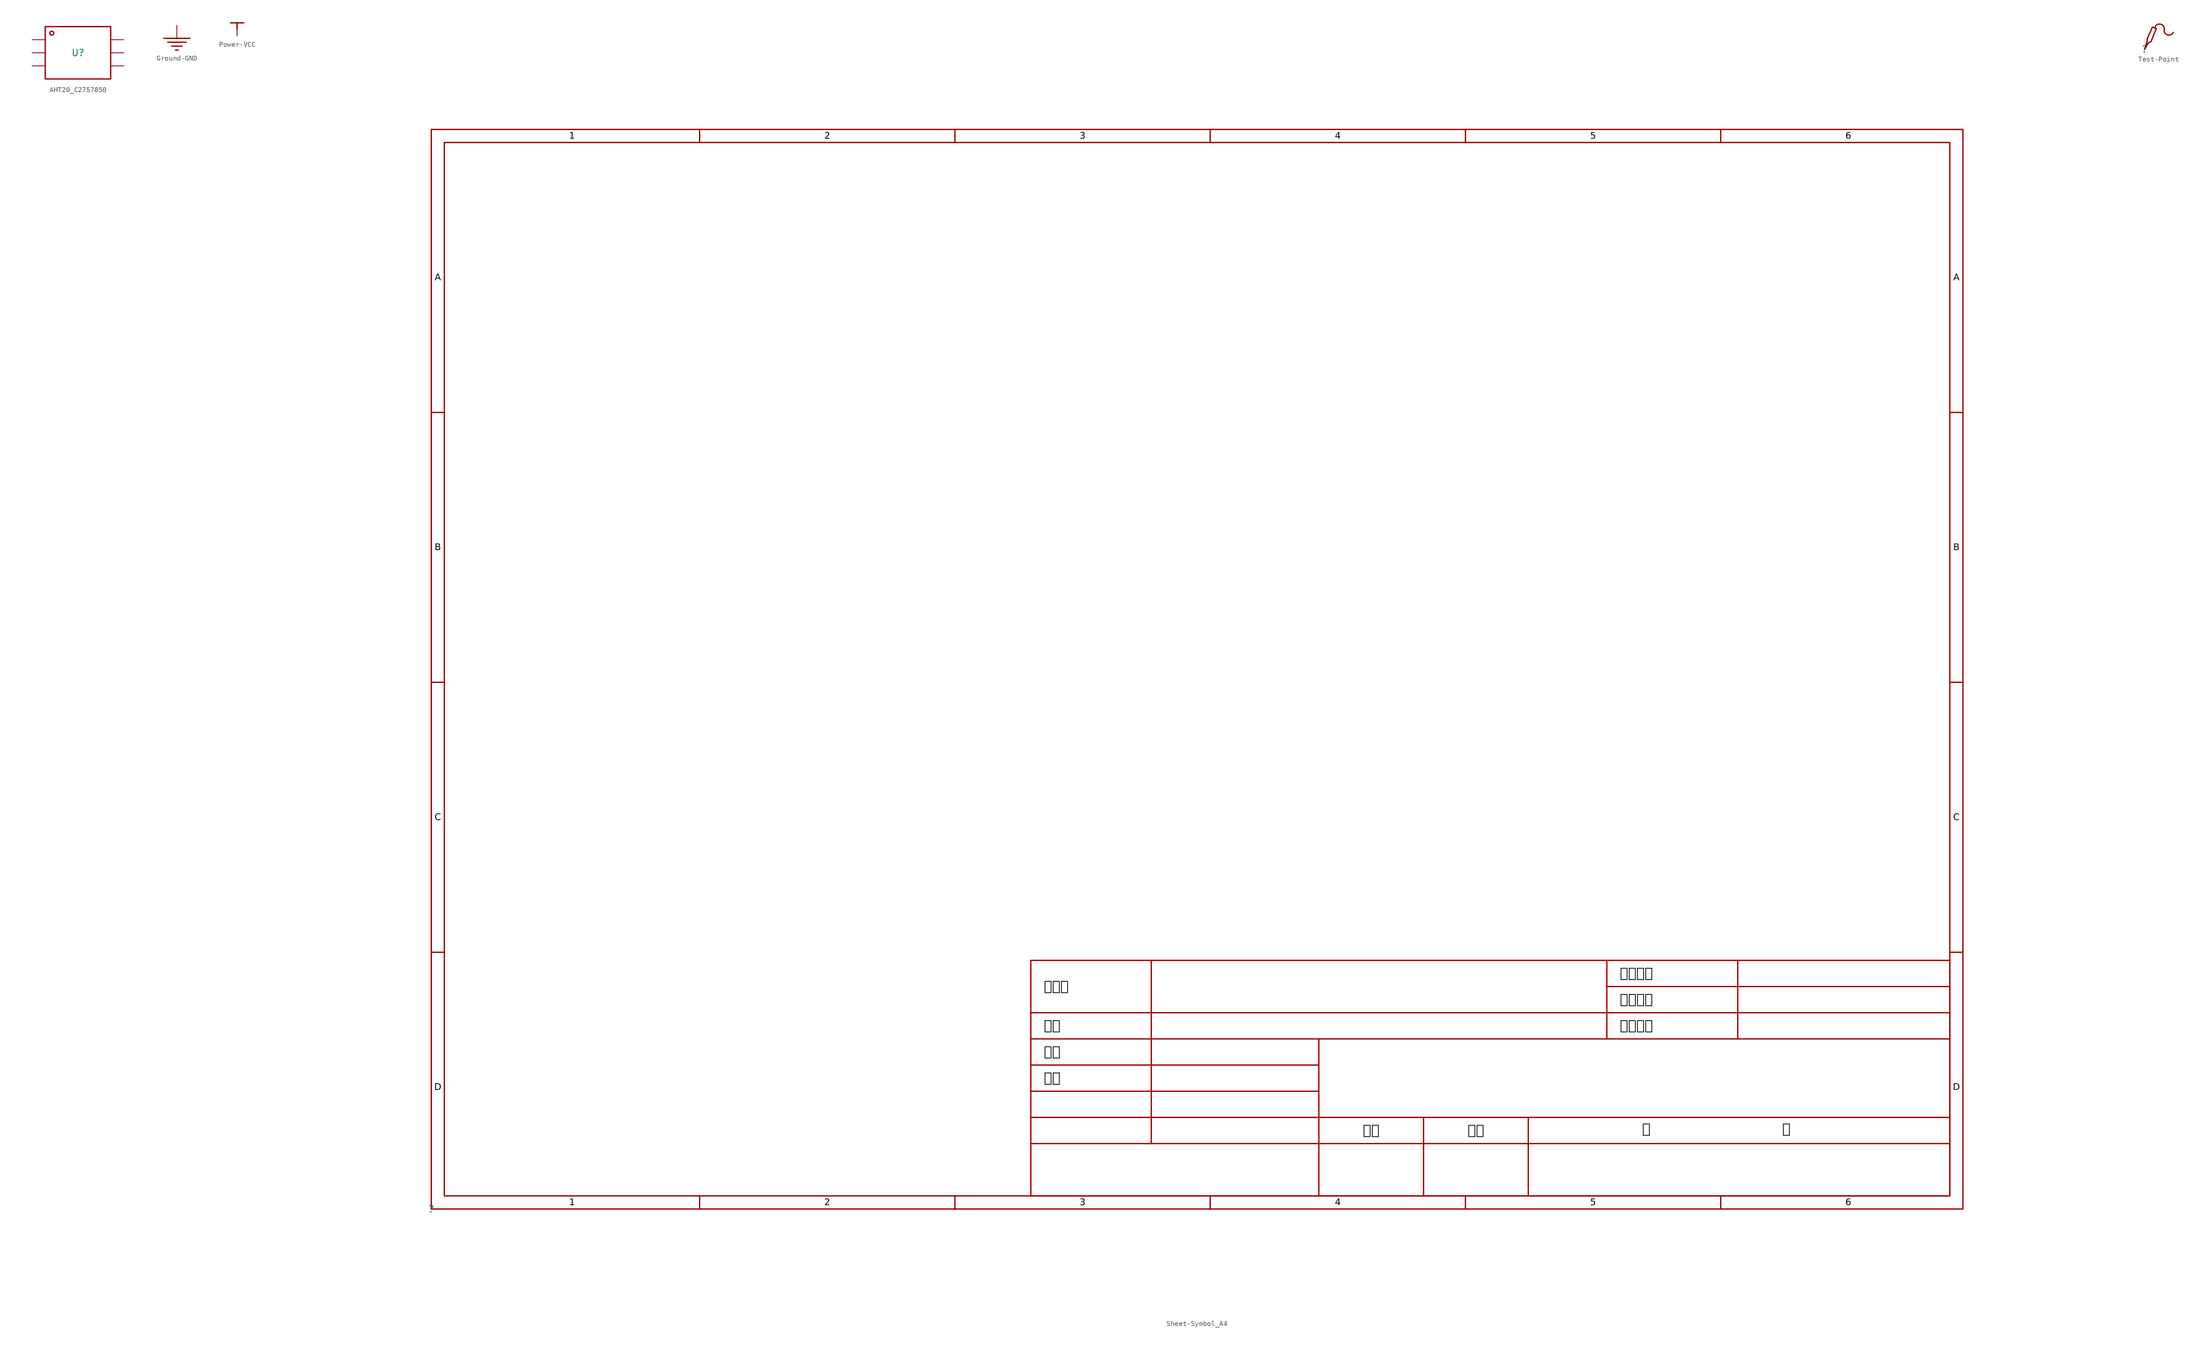
<source format=kicad_sym>
(kicad_symbol_lib
  (version 20241209)
  (generator "kicad_symbol_editor")
  (generator_version "9.0")
  (symbol "AHT20_C2757850"
    (property "Reference" "U"
      (at 0 0 0)
      (effects (font (size 1.27 1.27))))
    (property "Value" ""
      (at 0 0 0)
      (effects (font (size 1.27 1.27))))
    (symbol "AHT20_C2757850_1_0"
      (rectangle (start -6.35 5.08) (end 6.35 -5.08) (stroke (width 0.254) (type solid) (color 160 0 0 1)) (fill (type none)))
      (circle (center -5.08 3.81) (radius 0.381) (stroke (width 0.254) (type solid) (color 160 0 0 1)) (fill (type none)))
      (pin unspecified line (at -8.89 2.54 0) (length 2.54) (name "" (effects (font (size 1.27 1.27)))) (number "" (effects (font (size 1.27 1.27)))))
      (pin unspecified line (at -8.89 0 0) (length 2.54) (name "" (effects (font (size 1.27 1.27)))) (number "" (effects (font (size 1.27 1.27)))))
      (pin unspecified line (at -8.89 -2.54 0) (length 2.54) (name "" (effects (font (size 1.27 1.27)))) (number "" (effects (font (size 1.27 1.27)))))
      (pin unspecified line (at 8.89 2.54 180) (length 2.54) (name "" (effects (font (size 1.27 1.27)))) (number "" (effects (font (size 1.27 1.27)))))
      (pin unspecified line (at 8.89 0 180) (length 2.54) (name "" (effects (font (size 1.27 1.27)))) (number "" (effects (font (size 1.27 1.27)))))
      (pin unspecified line (at 8.89 -2.54 180) (length 2.54) (name "" (effects (font (size 1.27 1.27)))) (number "" (effects (font (size 1.27 1.27)))))))
  (symbol "Ground-GND"
    (power)
    (pin_numbers
      (hide yes))
    (pin_names
      (hide yes))
    (property "Reference" "#PWR"
      (at 0 0 0)
      (effects (font (size 1.27 1.27)) (hide yes)))
    (symbol "Ground-GND_1_0"
      (polyline (pts (xy -2.54 -2.54) (xy 2.54 -2.54)) (stroke (width 0.254) (type solid) (color 160 0 0 1)) (fill (type none)))
      (polyline (pts (xy -1.778 -3.302) (xy 1.778 -3.302)) (stroke (width 0.254) (type solid) (color 160 0 0 1)) (fill (type none)))
      (polyline (pts (xy -1.016 -4.064) (xy 1.016 -4.064)) (stroke (width 0.254) (type solid) (color 160 0 0 1)) (fill (type none)))
      (polyline (pts (xy -0.254 -4.826) (xy 0.254 -4.826)) (stroke (width 0.254) (type solid) (color 160 0 0 1)) (fill (type none)))
      (pin power_in line (at 0 0 270) (length 2.54) (name "" (effects (font (size 1.27 1.27)))) (number "" (effects (font (size 1.27 1.27)))))))
  (symbol "Power-VCC"
    (power)
    (pin_numbers
      (hide yes))
    (pin_names
      (hide yes))
    (property "Reference" "#PWR"
      (at 0 0 0)
      (effects (font (size 1.27 1.27)) (hide yes)))
    (property "Value" ""
      (at 0 2.54 0)
      (effects (font (face "Arial") (size 1.016 1.016) (color 0 0 128 1)) (justify bottom)))
    (symbol "Power-VCC_1_0"
      (polyline (pts (xy -1.27 2.54) (xy 1.27 2.54)) (stroke (width 0.254) (type solid) (color 160 0 0 1)) (fill (type none)))
      (polyline (pts (xy 0 2.54) (xy 0 1.27)) (stroke (width 0.254) (type solid) (color 160 0 0 1)) (fill (type none)))
      (pin power_in line (at 0 0 90) (length 1.27) (name "" (effects (font (size 1.27 1.27)))) (number "" (effects (font (size 1.27 1.27)))))))
  (symbol "Sheet-Symbol_A4"
    (property "Reference" ""
      (at 0 0 0)
      (effects (font (size 1.27 1.27))))
    (property "Value" ""
      (at 0 0 0)
      (effects (font (size 1.27 1.27))))
    (symbol "Sheet-Symbol_A4_1_0"
      (rectangle (start 0 209.55) (end 297.18 0) (stroke (width 0.254) (type solid) (color 160 0 0 1)) (fill (type none)))
      (polyline (pts (xy 0 154.61) (xy 2.54 154.61)) (stroke (width 0.254) (type solid) (color 160 0 0 1)) (fill (type none)))
      (polyline (pts (xy 0 102.235) (xy 2.54 102.235)) (stroke (width 0.254) (type solid) (color 160 0 0 1)) (fill (type none)))
      (polyline (pts (xy 0 49.835) (xy 2.54 49.835)) (stroke (width 0.254) (type solid) (color 160 0 0 1)) (fill (type none)))
      (rectangle (start 2.54 207.01) (end 294.64 2.54) (stroke (width 0.254) (type solid) (color 160 0 0 1)) (fill (type none)))
      (polyline (pts (xy 52.07 209.55) (xy 52.07 207.01)) (stroke (width 0.254) (type solid) (color 160 0 0 1)) (fill (type none)))
      (polyline (pts (xy 52.07 2.54) (xy 52.07 0)) (stroke (width 0.254) (type solid) (color 160 0 0 1)) (fill (type none)))
      (polyline (pts (xy 101.6 209.55) (xy 101.6 207.01)) (stroke (width 0.254) (type solid) (color 160 0 0 1)) (fill (type none)))
      (polyline (pts (xy 101.6 2.54) (xy 101.6 0)) (stroke (width 0.254) (type solid) (color 160 0 0 1)) (fill (type none)))
      (rectangle (start 116.332 48.26) (end 294.64 2.54) (stroke (width 0.254) (type solid) (color 160 0 0 1)) (fill (type none)))
      (polyline (pts (xy 139.7 12.7) (xy 139.7 48.26)) (stroke (width 0.254) (type solid) (color 160 0 0 1)) (fill (type none)))
      (polyline (pts (xy 151.13 209.55) (xy 151.13 207.01)) (stroke (width 0.254) (type solid) (color 160 0 0 1)) (fill (type none)))
      (polyline (pts (xy 151.13 2.54) (xy 151.13 0)) (stroke (width 0.254) (type solid) (color 160 0 0 1)) (fill (type none)))
      (polyline (pts (xy 172.212 33.02) (xy 172.212 2.54)) (stroke (width 0.254) (type solid) (color 160 0 0 1)) (fill (type none)))
      (polyline (pts (xy 172.212 27.94) (xy 116.332 27.94)) (stroke (width 0.254) (type solid) (color 160 0 0 1)) (fill (type none)))
      (polyline (pts (xy 172.212 22.86) (xy 116.332 22.86)) (stroke (width 0.254) (type solid) (color 160 0 0 1)) (fill (type none)))
      (polyline (pts (xy 192.532 2.54) (xy 192.532 17.78)) (stroke (width 0.254) (type solid) (color 160 0 0 1)) (fill (type none)))
      (polyline (pts (xy 200.66 209.55) (xy 200.66 207.01)) (stroke (width 0.254) (type solid) (color 160 0 0 1)) (fill (type none)))
      (polyline (pts (xy 200.66 2.54) (xy 200.66 0)) (stroke (width 0.254) (type solid) (color 160 0 0 1)) (fill (type none)))
      (polyline (pts (xy 212.852 17.78) (xy 212.852 2.54)) (stroke (width 0.254) (type solid) (color 160 0 0 1)) (fill (type none)))
      (polyline (pts (xy 228.092 48.26) (xy 228.092 33.02)) (stroke (width 0.254) (type solid) (color 160 0 0 1)) (fill (type none)))
      (polyline (pts (xy 250.19 209.55) (xy 250.19 207.01)) (stroke (width 0.254) (type solid) (color 160 0 0 1)) (fill (type none)))
      (polyline (pts (xy 250.19 2.54) (xy 250.19 0)) (stroke (width 0.254) (type solid) (color 160 0 0 1)) (fill (type none)))
      (polyline (pts (xy 253.492 33.02) (xy 253.492 48.26)) (stroke (width 0.254) (type solid) (color 160 0 0 1)) (fill (type none)))
      (polyline (pts (xy 294.64 154.61) (xy 297.18 154.61)) (stroke (width 0.254) (type solid) (color 160 0 0 1)) (fill (type none)))
      (polyline (pts (xy 294.64 102.235) (xy 297.18 102.235)) (stroke (width 0.254) (type solid) (color 160 0 0 1)) (fill (type none)))
      (polyline (pts (xy 294.64 49.835) (xy 297.18 49.835)) (stroke (width 0.254) (type solid) (color 160 0 0 1)) (fill (type none)))
      (polyline (pts (xy 294.64 43.18) (xy 228.092 43.18)) (stroke (width 0.254) (type solid) (color 160 0 0 1)) (fill (type none)))
      (polyline (pts (xy 294.64 38.1) (xy 116.332 38.1)) (stroke (width 0.254) (type solid) (color 160 0 0 1)) (fill (type none)))
      (polyline (pts (xy 294.64 33.02) (xy 116.332 33.02)) (stroke (width 0.254) (type solid) (color 160 0 0 1)) (fill (type none)))
      (polyline (pts (xy 294.64 17.78) (xy 116.332 17.78)) (stroke (width 0.254) (type solid) (color 160 0 0 1)) (fill (type none)))
      (polyline (pts (xy 294.64 12.7) (xy 116.332 12.7)) (stroke (width 0.254) (type solid) (color 160 0 0 1)) (fill (type none)))
      (text "A" (at 1.27 180.797 0) (effects (font (face "宋体") (size 1.27 1.27) (color 0 0 0 1))))
      (text "B" (at 1.27 128.422 0) (effects (font (face "宋体") (size 1.27 1.27) (color 0 0 0 1))))
      (text "C" (at 1.27 76.022 0) (effects (font (face "宋体") (size 1.27 1.27) (color 0 0 0 1))))
      (text "D" (at 1.27 23.647 0) (effects (font (face "宋体") (size 1.27 1.27) (color 0 0 0 1))))
      (text "1" (at 27.305 208.28 0) (effects (font (face "宋体") (size 1.27 1.27) (color 0 0 0 1))))
      (text "1" (at 27.305 1.27 0) (effects (font (face "宋体") (size 1.27 1.27) (color 0 0 0 1))))
      (text "2" (at 76.835 208.28 0) (effects (font (face "宋体") (size 1.27 1.27) (color 0 0 0 1))))
      (text "2" (at 76.835 1.27 0) (effects (font (face "宋体") (size 1.27 1.27) (color 0 0 0 1))))
      (text "原理图" (at 118.872 43.18 0) (effects (font (face "宋体") (size 1.905 1.905) (color 0 0 0 1)) (justify left)))
      (text "图页" (at 118.872 35.56 0) (effects (font (face "宋体") (size 1.905 1.905) (color 0 0 0 1)) (justify left)))
      (text "绘制" (at 118.872 30.48 0) (effects (font (face "宋体") (size 1.905 1.905) (color 0 0 0 1)) (justify left)))
      (text "审阅" (at 118.872 25.4 0) (effects (font (face "宋体") (size 1.905 1.905) (color 0 0 0 1)) (justify left)))
      (text "3" (at 126.365 208.28 0) (effects (font (face "宋体") (size 1.27 1.27) (color 0 0 0 1))))
      (text "3" (at 126.365 1.27 0) (effects (font (face "宋体") (size 1.27 1.27) (color 0 0 0 1))))
      (text "4" (at 175.895 208.28 0) (effects (font (face "宋体") (size 1.27 1.27) (color 0 0 0 1))))
      (text "4" (at 175.895 1.27 0) (effects (font (face "宋体") (size 1.27 1.27) (color 0 0 0 1))))
      (text "版本" (at 182.372 15.24 0) (effects (font (face "宋体") (size 1.905 1.905) (color 0 0 0 1))))
      (text "尺寸" (at 202.692 15.24 0) (effects (font (face "宋体") (size 1.905 1.905) (color 0 0 0 1))))
      (text "5" (at 225.425 208.28 0) (effects (font (face "宋体") (size 1.27 1.27) (color 0 0 0 1))))
      (text "5" (at 225.425 1.27 0) (effects (font (face "宋体") (size 1.27 1.27) (color 0 0 0 1))))
      (text "更新日期" (at 230.632 45.72 0) (effects (font (face "宋体") (size 1.905 1.905) (color 0 0 0 1)) (justify left)))
      (text "创建日期" (at 230.632 40.64 0) (effects (font (face "宋体") (size 1.905 1.905) (color 0 0 0 1)) (justify left)))
      (text "物料编码" (at 230.632 35.56 0) (effects (font (face "宋体") (size 1.905 1.905) (color 0 0 0 1)) (justify left)))
      (text "页" (at 234.95 15.494 0) (effects (font (face "宋体") (size 1.905 1.905) (color 0 0 0 1)) (justify left)))
      (text "共" (at 262.128 15.494 0) (effects (font (face "宋体") (size 1.905 1.905) (color 0 0 0 1)) (justify left)))
      (text "6" (at 274.955 208.28 0) (effects (font (face "宋体") (size 1.27 1.27) (color 0 0 0 1))))
      (text "6" (at 274.955 1.27 0) (effects (font (face "宋体") (size 1.27 1.27) (color 0 0 0 1))))
      (text "A" (at 295.91 180.797 0) (effects (font (face "宋体") (size 1.27 1.27) (color 0 0 0 1))))
      (text "B" (at 295.91 128.422 0) (effects (font (face "宋体") (size 1.27 1.27) (color 0 0 0 1))))
      (text "C" (at 295.91 76.022 0) (effects (font (face "宋体") (size 1.27 1.27) (color 0 0 0 1))))
      (text "D" (at 295.91 23.647 0) (effects (font (face "宋体") (size 1.27 1.27) (color 0 0 0 1))))))
  (symbol "Test-Point"
    (property "Reference" ""
      (at 0 0 0)
      (effects (font (size 1.27 1.27))))
    (property "Value" ""
      (at 0 0 0)
      (effects (font (size 1.27 1.27))))
    (symbol "Test-Point_1_0"
      (polyline (pts (xy 0 0) (xy 0.508 1.524) (xy 0.508 1.524) (xy 0.508 2.032) (xy 0.508 2.032) (xy 1.524 4.318) (xy 1.524 4.318) (xy 2.286 4.064) (xy 2.286 4.064) (xy 1.27 1.524) (xy 1.27 1.524) (xy 0.762 1.27) (xy 0.762 1.27) (xy 0 0)) (stroke (width 0.254) (type solid) (color 160 0 0 1)) (fill (type none)))
      (arc (start 2.032 4.318) (mid 3.1496 4.8768) (end 3.81 3.81) (stroke (width 0.254) (type solid) (color 160 0 0 1)) (fill (type none)))
      (arc (start 5.588 3.302) (mid 4.4801 2.7907) (end 3.81 3.81) (stroke (width 0.254) (type solid) (color 160 0 0 1)) (fill (type none)))
      (pin input line (at 0 0 90) (length 0.254) (name "" (effects (font (size 1.27 1.27)))) (number "" (effects (font (size 1.27 1.27))))))))
</source>
